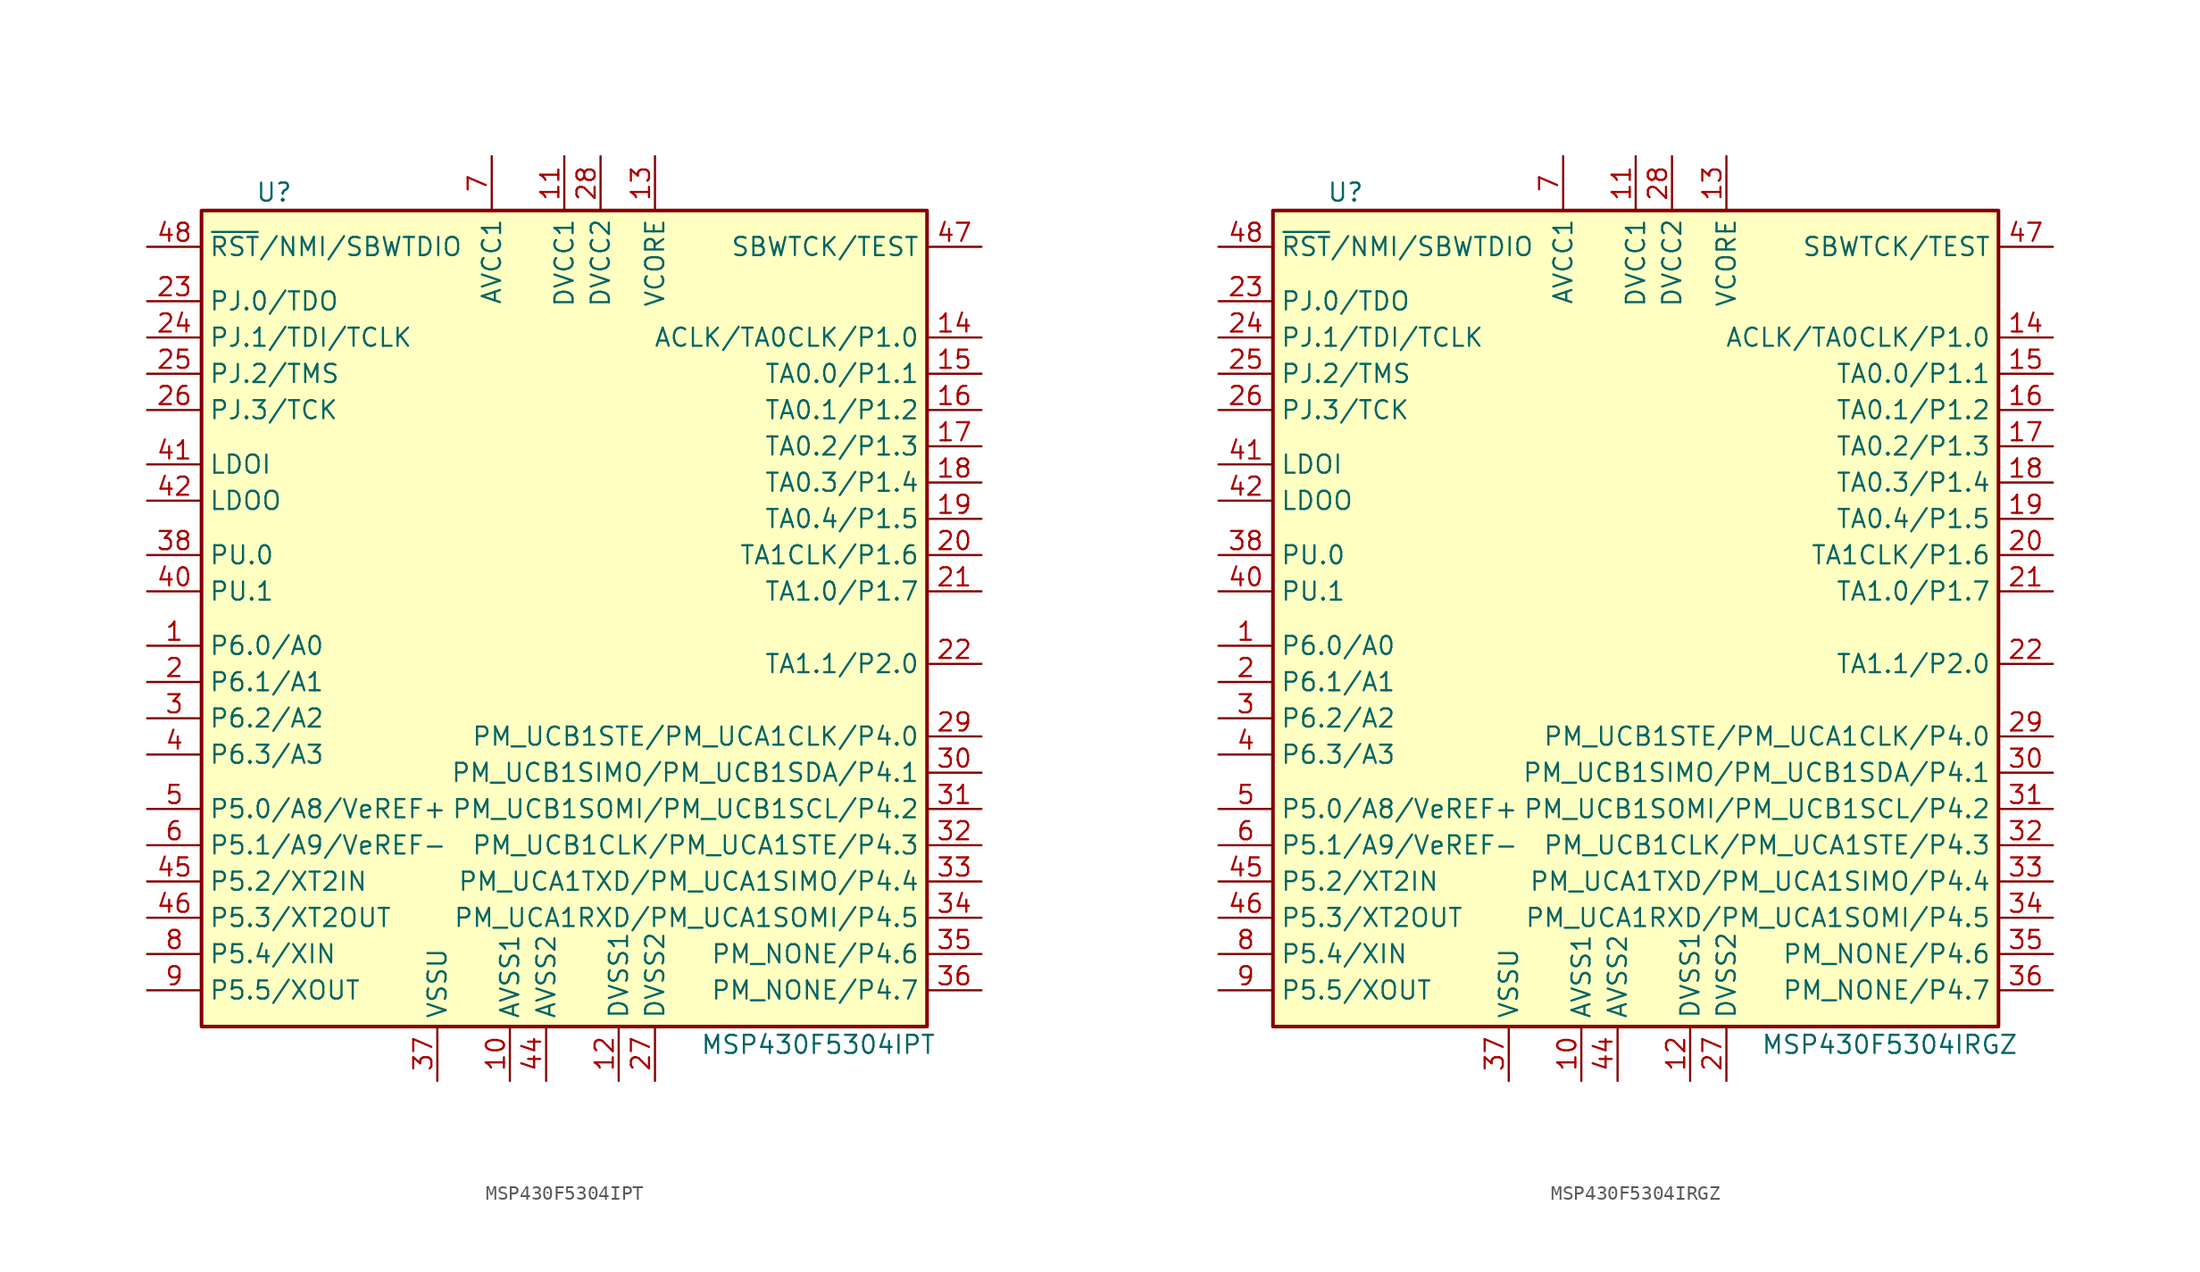
<source format=kicad_sym>
(kicad_symbol_lib
  (version 20211014)
  (generator kicad_symbol_editor)
  (symbol "MSP430F5304IPT"
    (property "Reference" "U"
      (at -21.59 30.48 0)
      (effects (font (size 1.27 1.27))))
    (property "Value" "MSP430F5304IPT"
      (at 16.51 -29.21 0)
      (effects (font (size 1.27 1.27))))
    (symbol "MSP430F5304IPT_0_1"
      (rectangle (start -26.67 29.21) (end 24.13 -27.94) (stroke (width 0.254) (type default) (color 0 0 0 0)) (fill (type background))))
    (symbol "MSP430F5304IPT_1_1"
      (pin bidirectional line (at -30.48 -1.27 0) (length 3.81) (name "P6.0/A0" (effects (font (size 1.27 1.27)))) (number "1" (effects (font (size 1.27 1.27)))))
      (pin power_in line (at -5.08 -31.75 90) (length 3.81) (name "AVSS1" (effects (font (size 1.27 1.27)))) (number "10" (effects (font (size 1.27 1.27)))))
      (pin power_in line (at -1.27 33.02 270) (length 3.81) (name "DVCC1" (effects (font (size 1.27 1.27)))) (number "11" (effects (font (size 1.27 1.27)))))
      (pin power_in line (at 2.54 -31.75 90) (length 3.81) (name "DVSS1" (effects (font (size 1.27 1.27)))) (number "12" (effects (font (size 1.27 1.27)))))
      (pin bidirectional line (at 5.08 33.02 270) (length 3.81) (name "VCORE" (effects (font (size 1.27 1.27)))) (number "13" (effects (font (size 1.27 1.27)))))
      (pin bidirectional line (at 27.94 20.32 180) (length 3.81) (name "ACLK/TA0CLK/P1.0" (effects (font (size 1.27 1.27)))) (number "14" (effects (font (size 1.27 1.27)))))
      (pin bidirectional line (at 27.94 17.78 180) (length 3.81) (name "TA0.0/P1.1" (effects (font (size 1.27 1.27)))) (number "15" (effects (font (size 1.27 1.27)))))
      (pin bidirectional line (at 27.94 15.24 180) (length 3.81) (name "TA0.1/P1.2" (effects (font (size 1.27 1.27)))) (number "16" (effects (font (size 1.27 1.27)))))
      (pin bidirectional line (at 27.94 12.7 180) (length 3.81) (name "TA0.2/P1.3" (effects (font (size 1.27 1.27)))) (number "17" (effects (font (size 1.27 1.27)))))
      (pin bidirectional line (at 27.94 10.16 180) (length 3.81) (name "TA0.3/P1.4" (effects (font (size 1.27 1.27)))) (number "18" (effects (font (size 1.27 1.27)))))
      (pin bidirectional line (at 27.94 7.62 180) (length 3.81) (name "TA0.4/P1.5" (effects (font (size 1.27 1.27)))) (number "19" (effects (font (size 1.27 1.27)))))
      (pin bidirectional line (at -30.48 -3.81 0) (length 3.81) (name "P6.1/A1" (effects (font (size 1.27 1.27)))) (number "2" (effects (font (size 1.27 1.27)))))
      (pin bidirectional line (at 27.94 5.08 180) (length 3.81) (name "TA1CLK/P1.6" (effects (font (size 1.27 1.27)))) (number "20" (effects (font (size 1.27 1.27)))))
      (pin bidirectional line (at 27.94 2.54 180) (length 3.81) (name "TA1.0/P1.7" (effects (font (size 1.27 1.27)))) (number "21" (effects (font (size 1.27 1.27)))))
      (pin bidirectional line (at 27.94 -2.54 180) (length 3.81) (name "TA1.1/P2.0" (effects (font (size 1.27 1.27)))) (number "22" (effects (font (size 1.27 1.27)))))
      (pin bidirectional line (at -30.48 22.86 0) (length 3.81) (name "PJ.0/TDO" (effects (font (size 1.27 1.27)))) (number "23" (effects (font (size 1.27 1.27)))))
      (pin bidirectional line (at -30.48 20.32 0) (length 3.81) (name "PJ.1/TDI/TCLK" (effects (font (size 1.27 1.27)))) (number "24" (effects (font (size 1.27 1.27)))))
      (pin bidirectional line (at -30.48 17.78 0) (length 3.81) (name "PJ.2/TMS" (effects (font (size 1.27 1.27)))) (number "25" (effects (font (size 1.27 1.27)))))
      (pin bidirectional line (at -30.48 15.24 0) (length 3.81) (name "PJ.3/TCK" (effects (font (size 1.27 1.27)))) (number "26" (effects (font (size 1.27 1.27)))))
      (pin power_in line (at 5.08 -31.75 90) (length 3.81) (name "DVSS2" (effects (font (size 1.27 1.27)))) (number "27" (effects (font (size 1.27 1.27)))))
      (pin power_in line (at 1.27 33.02 270) (length 3.81) (name "DVCC2" (effects (font (size 1.27 1.27)))) (number "28" (effects (font (size 1.27 1.27)))))
      (pin bidirectional line (at 27.94 -7.62 180) (length 3.81) (name "PM_UCB1STE/PM_UCA1CLK/P4.0" (effects (font (size 1.27 1.27)))) (number "29" (effects (font (size 1.27 1.27)))))
      (pin bidirectional line (at -30.48 -6.35 0) (length 3.81) (name "P6.2/A2" (effects (font (size 1.27 1.27)))) (number "3" (effects (font (size 1.27 1.27)))))
      (pin bidirectional line (at 27.94 -10.16 180) (length 3.81) (name "PM_UCB1SIMO/PM_UCB1SDA/P4.1" (effects (font (size 1.27 1.27)))) (number "30" (effects (font (size 1.27 1.27)))))
      (pin bidirectional line (at 27.94 -12.7 180) (length 3.81) (name "PM_UCB1SOMI/PM_UCB1SCL/P4.2" (effects (font (size 1.27 1.27)))) (number "31" (effects (font (size 1.27 1.27)))))
      (pin bidirectional line (at 27.94 -15.24 180) (length 3.81) (name "PM_UCB1CLK/PM_UCA1STE/P4.3" (effects (font (size 1.27 1.27)))) (number "32" (effects (font (size 1.27 1.27)))))
      (pin bidirectional line (at 27.94 -17.78 180) (length 3.81) (name "PM_UCA1TXD/PM_UCA1SIMO/P4.4" (effects (font (size 1.27 1.27)))) (number "33" (effects (font (size 1.27 1.27)))))
      (pin bidirectional line (at 27.94 -20.32 180) (length 3.81) (name "PM_UCA1RXD/PM_UCA1SOMI/P4.5" (effects (font (size 1.27 1.27)))) (number "34" (effects (font (size 1.27 1.27)))))
      (pin bidirectional line (at 27.94 -22.86 180) (length 3.81) (name "PM_NONE/P4.6" (effects (font (size 1.27 1.27)))) (number "35" (effects (font (size 1.27 1.27)))))
      (pin bidirectional line (at 27.94 -25.4 180) (length 3.81) (name "PM_NONE/P4.7" (effects (font (size 1.27 1.27)))) (number "36" (effects (font (size 1.27 1.27)))))
      (pin power_in line (at -10.16 -31.75 90) (length 3.81) (name "VSSU" (effects (font (size 1.27 1.27)))) (number "37" (effects (font (size 1.27 1.27)))))
      (pin bidirectional line (at -30.48 5.08 0) (length 3.81) (name "PU.0" (effects (font (size 1.27 1.27)))) (number "38" (effects (font (size 1.27 1.27)))))
      (pin bidirectional line (at -30.48 -8.89 0) (length 3.81) (name "P6.3/A3" (effects (font (size 1.27 1.27)))) (number "4" (effects (font (size 1.27 1.27)))))
      (pin bidirectional line (at -30.48 2.54 0) (length 3.81) (name "PU.1" (effects (font (size 1.27 1.27)))) (number "40" (effects (font (size 1.27 1.27)))))
      (pin power_in line (at -30.48 11.43 0) (length 3.81) (name "LDOI" (effects (font (size 1.27 1.27)))) (number "41" (effects (font (size 1.27 1.27)))))
      (pin power_out line (at -30.48 8.89 0) (length 3.81) (name "LDOO" (effects (font (size 1.27 1.27)))) (number "42" (effects (font (size 1.27 1.27)))))
      (pin power_in line (at -2.54 -31.75 90) (length 3.81) (name "AVSS2" (effects (font (size 1.27 1.27)))) (number "44" (effects (font (size 1.27 1.27)))))
      (pin bidirectional line (at -30.48 -17.78 0) (length 3.81) (name "P5.2/XT2IN" (effects (font (size 1.27 1.27)))) (number "45" (effects (font (size 1.27 1.27)))))
      (pin bidirectional line (at -30.48 -20.32 0) (length 3.81) (name "P5.3/XT2OUT" (effects (font (size 1.27 1.27)))) (number "46" (effects (font (size 1.27 1.27)))))
      (pin input line (at 27.94 26.67 180) (length 3.81) (name "SBWTCK/TEST" (effects (font (size 1.27 1.27)))) (number "47" (effects (font (size 1.27 1.27)))))
      (pin input line (at -30.48 26.67 0) (length 3.81) (name "~{RST}/NMI/SBWTDIO" (effects (font (size 1.27 1.27)))) (number "48" (effects (font (size 1.27 1.27)))))
      (pin bidirectional line (at -30.48 -12.7 0) (length 3.81) (name "P5.0/A8/VeREF+" (effects (font (size 1.27 1.27)))) (number "5" (effects (font (size 1.27 1.27)))))
      (pin bidirectional line (at -30.48 -15.24 0) (length 3.81) (name "P5.1/A9/VeREF-" (effects (font (size 1.27 1.27)))) (number "6" (effects (font (size 1.27 1.27)))))
      (pin power_in line (at -6.35 33.02 270) (length 3.81) (name "AVCC1" (effects (font (size 1.27 1.27)))) (number "7" (effects (font (size 1.27 1.27)))))
      (pin bidirectional line (at -30.48 -22.86 0) (length 3.81) (name "P5.4/XIN" (effects (font (size 1.27 1.27)))) (number "8" (effects (font (size 1.27 1.27)))))
      (pin bidirectional line (at -30.48 -25.4 0) (length 3.81) (name "P5.5/XOUT" (effects (font (size 1.27 1.27)))) (number "9" (effects (font (size 1.27 1.27)))))))
  (symbol "MSP430F5304IRGZ"
    (property "Reference" "U"
      (at -21.59 30.48 0)
      (effects (font (size 1.27 1.27))))
    (property "Value" "MSP430F5304IRGZ"
      (at 16.51 -29.21 0)
      (effects (font (size 1.27 1.27))))
    (symbol "MSP430F5304IRGZ_0_1"
      (rectangle (start -26.67 29.21) (end 24.13 -27.94) (stroke (width 0.254) (type default) (color 0 0 0 0)) (fill (type background))))
    (symbol "MSP430F5304IRGZ_1_1"
      (pin bidirectional line (at -30.48 -1.27 0) (length 3.81) (name "P6.0/A0" (effects (font (size 1.27 1.27)))) (number "1" (effects (font (size 1.27 1.27)))))
      (pin power_in line (at -5.08 -31.75 90) (length 3.81) (name "AVSS1" (effects (font (size 1.27 1.27)))) (number "10" (effects (font (size 1.27 1.27)))))
      (pin power_in line (at -1.27 33.02 270) (length 3.81) (name "DVCC1" (effects (font (size 1.27 1.27)))) (number "11" (effects (font (size 1.27 1.27)))))
      (pin power_in line (at 2.54 -31.75 90) (length 3.81) (name "DVSS1" (effects (font (size 1.27 1.27)))) (number "12" (effects (font (size 1.27 1.27)))))
      (pin bidirectional line (at 5.08 33.02 270) (length 3.81) (name "VCORE" (effects (font (size 1.27 1.27)))) (number "13" (effects (font (size 1.27 1.27)))))
      (pin bidirectional line (at 27.94 20.32 180) (length 3.81) (name "ACLK/TA0CLK/P1.0" (effects (font (size 1.27 1.27)))) (number "14" (effects (font (size 1.27 1.27)))))
      (pin bidirectional line (at 27.94 17.78 180) (length 3.81) (name "TA0.0/P1.1" (effects (font (size 1.27 1.27)))) (number "15" (effects (font (size 1.27 1.27)))))
      (pin bidirectional line (at 27.94 15.24 180) (length 3.81) (name "TA0.1/P1.2" (effects (font (size 1.27 1.27)))) (number "16" (effects (font (size 1.27 1.27)))))
      (pin bidirectional line (at 27.94 12.7 180) (length 3.81) (name "TA0.2/P1.3" (effects (font (size 1.27 1.27)))) (number "17" (effects (font (size 1.27 1.27)))))
      (pin bidirectional line (at 27.94 10.16 180) (length 3.81) (name "TA0.3/P1.4" (effects (font (size 1.27 1.27)))) (number "18" (effects (font (size 1.27 1.27)))))
      (pin bidirectional line (at 27.94 7.62 180) (length 3.81) (name "TA0.4/P1.5" (effects (font (size 1.27 1.27)))) (number "19" (effects (font (size 1.27 1.27)))))
      (pin bidirectional line (at -30.48 -3.81 0) (length 3.81) (name "P6.1/A1" (effects (font (size 1.27 1.27)))) (number "2" (effects (font (size 1.27 1.27)))))
      (pin bidirectional line (at 27.94 5.08 180) (length 3.81) (name "TA1CLK/P1.6" (effects (font (size 1.27 1.27)))) (number "20" (effects (font (size 1.27 1.27)))))
      (pin bidirectional line (at 27.94 2.54 180) (length 3.81) (name "TA1.0/P1.7" (effects (font (size 1.27 1.27)))) (number "21" (effects (font (size 1.27 1.27)))))
      (pin bidirectional line (at 27.94 -2.54 180) (length 3.81) (name "TA1.1/P2.0" (effects (font (size 1.27 1.27)))) (number "22" (effects (font (size 1.27 1.27)))))
      (pin bidirectional line (at -30.48 22.86 0) (length 3.81) (name "PJ.0/TDO" (effects (font (size 1.27 1.27)))) (number "23" (effects (font (size 1.27 1.27)))))
      (pin bidirectional line (at -30.48 20.32 0) (length 3.81) (name "PJ.1/TDI/TCLK" (effects (font (size 1.27 1.27)))) (number "24" (effects (font (size 1.27 1.27)))))
      (pin bidirectional line (at -30.48 17.78 0) (length 3.81) (name "PJ.2/TMS" (effects (font (size 1.27 1.27)))) (number "25" (effects (font (size 1.27 1.27)))))
      (pin bidirectional line (at -30.48 15.24 0) (length 3.81) (name "PJ.3/TCK" (effects (font (size 1.27 1.27)))) (number "26" (effects (font (size 1.27 1.27)))))
      (pin power_in line (at 5.08 -31.75 90) (length 3.81) (name "DVSS2" (effects (font (size 1.27 1.27)))) (number "27" (effects (font (size 1.27 1.27)))))
      (pin power_in line (at 1.27 33.02 270) (length 3.81) (name "DVCC2" (effects (font (size 1.27 1.27)))) (number "28" (effects (font (size 1.27 1.27)))))
      (pin bidirectional line (at 27.94 -7.62 180) (length 3.81) (name "PM_UCB1STE/PM_UCA1CLK/P4.0" (effects (font (size 1.27 1.27)))) (number "29" (effects (font (size 1.27 1.27)))))
      (pin bidirectional line (at -30.48 -6.35 0) (length 3.81) (name "P6.2/A2" (effects (font (size 1.27 1.27)))) (number "3" (effects (font (size 1.27 1.27)))))
      (pin bidirectional line (at 27.94 -10.16 180) (length 3.81) (name "PM_UCB1SIMO/PM_UCB1SDA/P4.1" (effects (font (size 1.27 1.27)))) (number "30" (effects (font (size 1.27 1.27)))))
      (pin bidirectional line (at 27.94 -12.7 180) (length 3.81) (name "PM_UCB1SOMI/PM_UCB1SCL/P4.2" (effects (font (size 1.27 1.27)))) (number "31" (effects (font (size 1.27 1.27)))))
      (pin bidirectional line (at 27.94 -15.24 180) (length 3.81) (name "PM_UCB1CLK/PM_UCA1STE/P4.3" (effects (font (size 1.27 1.27)))) (number "32" (effects (font (size 1.27 1.27)))))
      (pin bidirectional line (at 27.94 -17.78 180) (length 3.81) (name "PM_UCA1TXD/PM_UCA1SIMO/P4.4" (effects (font (size 1.27 1.27)))) (number "33" (effects (font (size 1.27 1.27)))))
      (pin bidirectional line (at 27.94 -20.32 180) (length 3.81) (name "PM_UCA1RXD/PM_UCA1SOMI/P4.5" (effects (font (size 1.27 1.27)))) (number "34" (effects (font (size 1.27 1.27)))))
      (pin bidirectional line (at 27.94 -22.86 180) (length 3.81) (name "PM_NONE/P4.6" (effects (font (size 1.27 1.27)))) (number "35" (effects (font (size 1.27 1.27)))))
      (pin bidirectional line (at 27.94 -25.4 180) (length 3.81) (name "PM_NONE/P4.7" (effects (font (size 1.27 1.27)))) (number "36" (effects (font (size 1.27 1.27)))))
      (pin power_in line (at -10.16 -31.75 90) (length 3.81) (name "VSSU" (effects (font (size 1.27 1.27)))) (number "37" (effects (font (size 1.27 1.27)))))
      (pin bidirectional line (at -30.48 5.08 0) (length 3.81) (name "PU.0" (effects (font (size 1.27 1.27)))) (number "38" (effects (font (size 1.27 1.27)))))
      (pin bidirectional line (at -30.48 -8.89 0) (length 3.81) (name "P6.3/A3" (effects (font (size 1.27 1.27)))) (number "4" (effects (font (size 1.27 1.27)))))
      (pin bidirectional line (at -30.48 2.54 0) (length 3.81) (name "PU.1" (effects (font (size 1.27 1.27)))) (number "40" (effects (font (size 1.27 1.27)))))
      (pin power_in line (at -30.48 11.43 0) (length 3.81) (name "LDOI" (effects (font (size 1.27 1.27)))) (number "41" (effects (font (size 1.27 1.27)))))
      (pin power_out line (at -30.48 8.89 0) (length 3.81) (name "LDOO" (effects (font (size 1.27 1.27)))) (number "42" (effects (font (size 1.27 1.27)))))
      (pin power_in line (at -2.54 -31.75 90) (length 3.81) (name "AVSS2" (effects (font (size 1.27 1.27)))) (number "44" (effects (font (size 1.27 1.27)))))
      (pin bidirectional line (at -30.48 -17.78 0) (length 3.81) (name "P5.2/XT2IN" (effects (font (size 1.27 1.27)))) (number "45" (effects (font (size 1.27 1.27)))))
      (pin bidirectional line (at -30.48 -20.32 0) (length 3.81) (name "P5.3/XT2OUT" (effects (font (size 1.27 1.27)))) (number "46" (effects (font (size 1.27 1.27)))))
      (pin input line (at 27.94 26.67 180) (length 3.81) (name "SBWTCK/TEST" (effects (font (size 1.27 1.27)))) (number "47" (effects (font (size 1.27 1.27)))))
      (pin input line (at -30.48 26.67 0) (length 3.81) (name "~{RST}/NMI/SBWTDIO" (effects (font (size 1.27 1.27)))) (number "48" (effects (font (size 1.27 1.27)))))
      (pin bidirectional line (at -30.48 -12.7 0) (length 3.81) (name "P5.0/A8/VeREF+" (effects (font (size 1.27 1.27)))) (number "5" (effects (font (size 1.27 1.27)))))
      (pin bidirectional line (at -30.48 -15.24 0) (length 3.81) (name "P5.1/A9/VeREF-" (effects (font (size 1.27 1.27)))) (number "6" (effects (font (size 1.27 1.27)))))
      (pin power_in line (at -6.35 33.02 270) (length 3.81) (name "AVCC1" (effects (font (size 1.27 1.27)))) (number "7" (effects (font (size 1.27 1.27)))))
      (pin bidirectional line (at -30.48 -22.86 0) (length 3.81) (name "P5.4/XIN" (effects (font (size 1.27 1.27)))) (number "8" (effects (font (size 1.27 1.27)))))
      (pin bidirectional line (at -30.48 -25.4 0) (length 3.81) (name "P5.5/XOUT" (effects (font (size 1.27 1.27)))) (number "9" (effects (font (size 1.27 1.27))))))))
</source>
